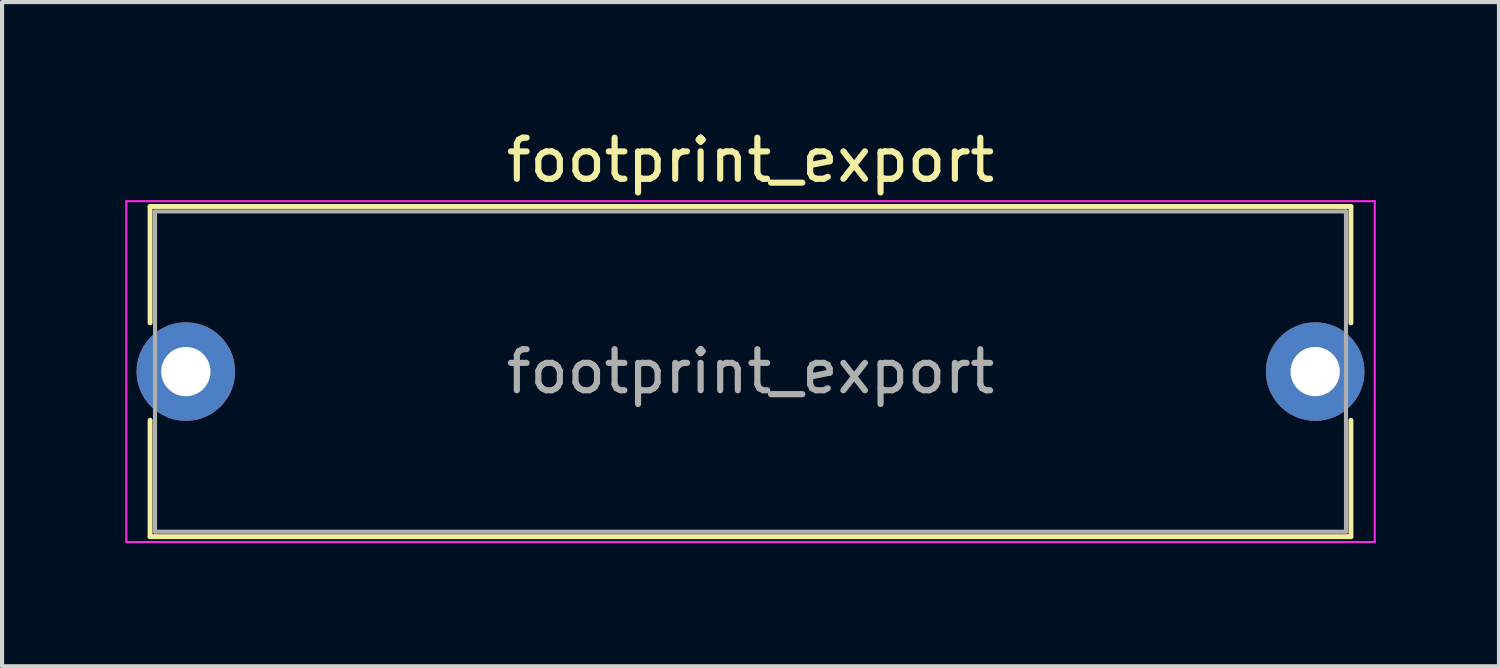
<source format=kicad_pcb>
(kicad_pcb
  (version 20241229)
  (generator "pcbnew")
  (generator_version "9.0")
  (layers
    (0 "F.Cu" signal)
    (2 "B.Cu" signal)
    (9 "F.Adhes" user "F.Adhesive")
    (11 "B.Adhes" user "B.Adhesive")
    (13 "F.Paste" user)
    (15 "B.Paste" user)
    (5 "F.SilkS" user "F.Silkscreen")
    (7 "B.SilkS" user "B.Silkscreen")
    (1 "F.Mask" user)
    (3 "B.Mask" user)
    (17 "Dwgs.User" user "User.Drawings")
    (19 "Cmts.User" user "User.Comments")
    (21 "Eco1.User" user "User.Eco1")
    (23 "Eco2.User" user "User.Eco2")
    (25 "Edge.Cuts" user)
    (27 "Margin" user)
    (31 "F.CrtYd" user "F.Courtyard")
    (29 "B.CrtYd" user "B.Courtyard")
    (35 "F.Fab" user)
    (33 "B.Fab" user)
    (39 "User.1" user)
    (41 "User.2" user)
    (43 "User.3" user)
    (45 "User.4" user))
  (footprint "footprint_export"
    (layer "F.Cu")
    (at 1.475 5.998)
    (property "Reference" "footprint_export" (at 13.75 -5.15 0) (layer "F.SilkS") (effects (font (size 1 1) (thickness 0.15))))
    (attr through_hole)
    (fp_line (start -0.87 -4.02) (end -0.87 -1.185) (stroke (width 0.12) (type solid)) (layer "F.SilkS"))
    (fp_line (start -0.87 -4.02) (end 28.37 -4.02) (stroke (width 0.12) (type solid)) (layer "F.SilkS"))
    (fp_line (start -0.87 1.185) (end -0.87 4.02) (stroke (width 0.12) (type solid)) (layer "F.SilkS"))
    (fp_line (start -0.87 4.02) (end 28.37 4.02) (stroke (width 0.12) (type solid)) (layer "F.SilkS"))
    (fp_line (start 28.37 -4.02) (end 28.37 -1.185) (stroke (width 0.12) (type solid)) (layer "F.SilkS"))
    (fp_line (start 28.37 1.185) (end 28.37 4.02) (stroke (width 0.12) (type solid)) (layer "F.SilkS"))
    (fp_line (start -1.45 -4.15) (end -1.45 4.15) (stroke (width 0.05) (type solid)) (layer "F.CrtYd"))
    (fp_line (start -1.45 4.15) (end 28.95 4.15) (stroke (width 0.05) (type solid)) (layer "F.CrtYd"))
    (fp_line (start 28.95 -4.15) (end -1.45 -4.15) (stroke (width 0.05) (type solid)) (layer "F.CrtYd"))
    (fp_line (start 28.95 4.15) (end 28.95 -4.15) (stroke (width 0.05) (type solid)) (layer "F.CrtYd"))
    (fp_line (start -0.75 -3.9) (end -0.75 3.9) (stroke (width 0.1) (type solid)) (layer "F.Fab"))
    (fp_line (start -0.75 3.9) (end 28.25 3.9) (stroke (width 0.1) (type solid)) (layer "F.Fab"))
    (fp_line (start 28.25 -3.9) (end -0.75 -3.9) (stroke (width 0.1) (type solid)) (layer "F.Fab"))
    (fp_line (start 28.25 3.9) (end 28.25 -3.9) (stroke (width 0.1) (type solid)) (layer "F.Fab"))
    (fp_text user "${REFERENCE}" (at 13.75 0 0) (layer "F.Fab") (effects (font (size 1 1) (thickness 0.15))))
    (pad "1" thru_hole circle (at 0 0) (size 2.4 2.4) (drill 1.2) (layers "*.Cu" "*.Mask"))
    (pad "2" thru_hole circle (at 27.5 0) (size 2.4 2.4) (drill 1.2) (layers "*.Cu" "*.Mask")))
  (gr_rect
    (start -3 -3)
    (end 33.45 13.173)
    (stroke (width 0.1) (type default))
    (fill no)
    (layer "Edge.Cuts")))
</source>
